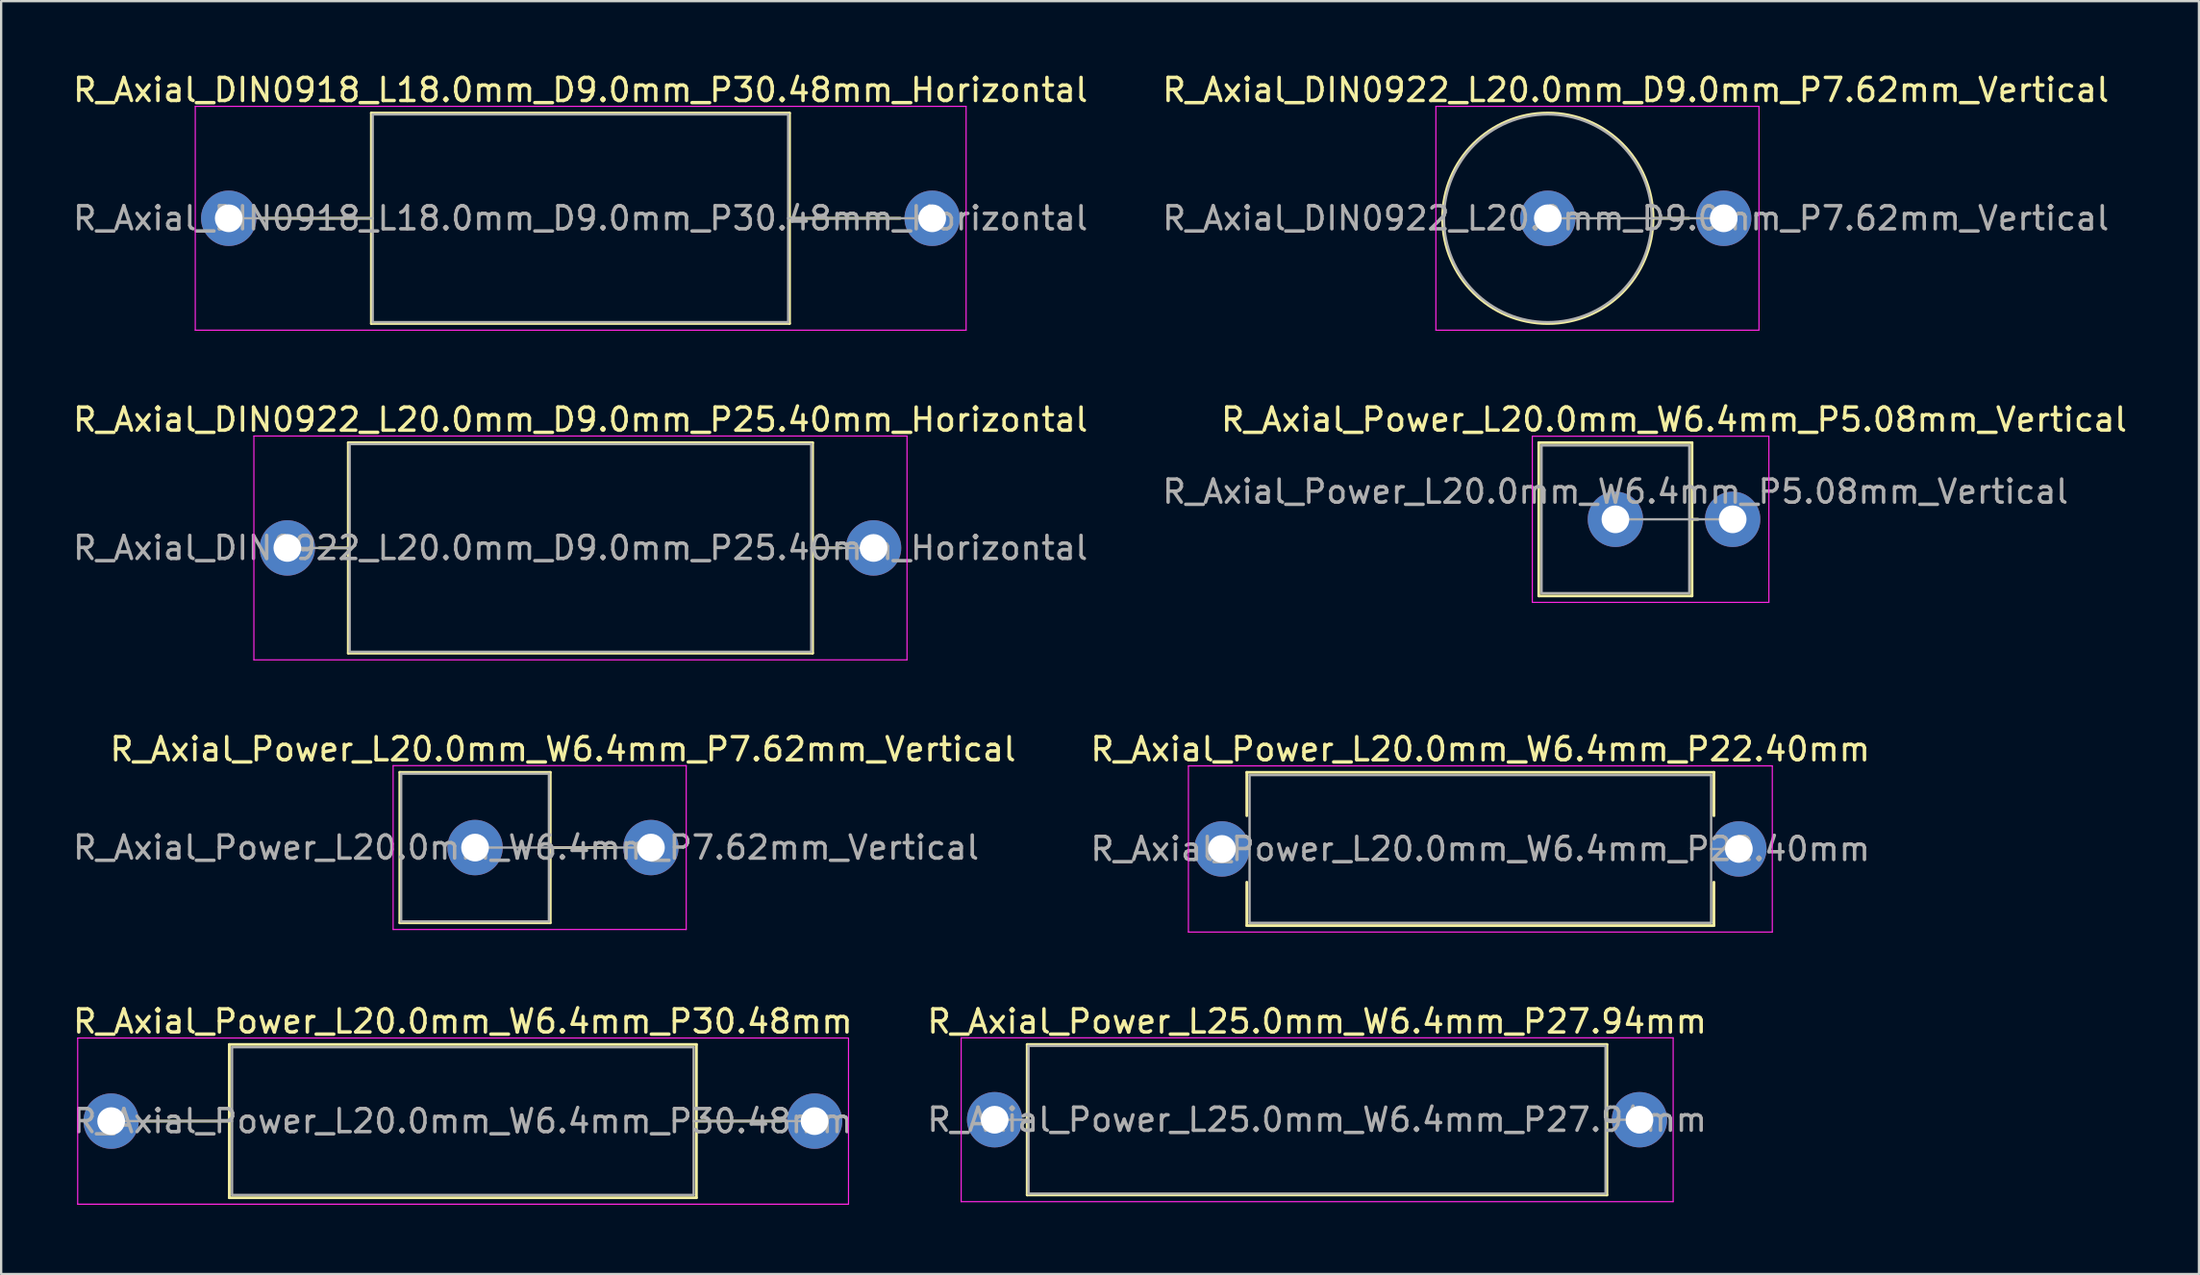
<source format=kicad_pcb>
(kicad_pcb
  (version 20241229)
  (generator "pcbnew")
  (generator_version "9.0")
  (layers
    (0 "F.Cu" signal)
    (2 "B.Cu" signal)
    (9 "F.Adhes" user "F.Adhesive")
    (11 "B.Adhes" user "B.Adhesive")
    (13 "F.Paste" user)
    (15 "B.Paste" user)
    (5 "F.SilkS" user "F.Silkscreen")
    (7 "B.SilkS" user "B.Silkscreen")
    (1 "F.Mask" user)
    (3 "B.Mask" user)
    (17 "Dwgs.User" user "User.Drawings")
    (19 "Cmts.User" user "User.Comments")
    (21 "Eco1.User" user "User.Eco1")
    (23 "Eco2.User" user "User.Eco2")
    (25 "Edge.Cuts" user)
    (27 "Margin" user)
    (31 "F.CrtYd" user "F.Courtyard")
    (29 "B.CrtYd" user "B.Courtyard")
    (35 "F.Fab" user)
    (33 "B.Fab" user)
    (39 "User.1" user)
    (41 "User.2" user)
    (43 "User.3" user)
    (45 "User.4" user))
  (footprint "R_Axial_Power_L20.0mm_W6.4mm_P30.48mm"
    (layer "F.Cu")
    (at 1.766 45.528)
    (property "Reference" "R_Axial_Power_L20.0mm_W6.4mm_P30.48mm" (at 15.24 -4.32 0) (layer "F.SilkS") (effects (font (size 1 1) (thickness 0.15))))
    (attr through_hole)
    (fp_line (start 1.44 0) (end 5.12 0) (stroke (width 0.12) (type solid)) (layer "F.SilkS"))
    (fp_line (start 5.12 -3.32) (end 5.12 3.32) (stroke (width 0.12) (type solid)) (layer "F.SilkS"))
    (fp_line (start 5.12 3.32) (end 25.36 3.32) (stroke (width 0.12) (type solid)) (layer "F.SilkS"))
    (fp_line (start 25.36 -3.32) (end 5.12 -3.32) (stroke (width 0.12) (type solid)) (layer "F.SilkS"))
    (fp_line (start 25.36 3.32) (end 25.36 -3.32) (stroke (width 0.12) (type solid)) (layer "F.SilkS"))
    (fp_line (start 29.04 0) (end 25.36 0) (stroke (width 0.12) (type solid)) (layer "F.SilkS"))
    (fp_line (start -1.45 -3.6) (end -1.45 3.6) (stroke (width 0.05) (type solid)) (layer "F.CrtYd"))
    (fp_line (start -1.45 3.6) (end 31.95 3.6) (stroke (width 0.05) (type solid)) (layer "F.CrtYd"))
    (fp_line (start 31.95 -3.6) (end -1.45 -3.6) (stroke (width 0.05) (type solid)) (layer "F.CrtYd"))
    (fp_line (start 31.95 3.6) (end 31.95 -3.6) (stroke (width 0.05) (type solid)) (layer "F.CrtYd"))
    (fp_line (start 0 0) (end 5.24 0) (stroke (width 0.1) (type solid)) (layer "F.Fab"))
    (fp_line (start 5.24 -3.2) (end 5.24 3.2) (stroke (width 0.1) (type solid)) (layer "F.Fab"))
    (fp_line (start 5.24 3.2) (end 25.24 3.2) (stroke (width 0.1) (type solid)) (layer "F.Fab"))
    (fp_line (start 25.24 -3.2) (end 5.24 -3.2) (stroke (width 0.1) (type solid)) (layer "F.Fab"))
    (fp_line (start 25.24 3.2) (end 25.24 -3.2) (stroke (width 0.1) (type solid)) (layer "F.Fab"))
    (fp_line (start 30.48 0) (end 25.24 0) (stroke (width 0.1) (type solid)) (layer "F.Fab"))
    (fp_text user "${REFERENCE}" (at 15.24 0 0) (layer "F.Fab") (effects (font (size 1 1) (thickness 0.15))))
    (pad "1" thru_hole circle (at 0 0) (size 2.4 2.4) (drill 1.2) (layers "*.Cu" "*.Mask"))
    (pad "2" thru_hole oval (at 30.48 0) (size 2.4 2.4) (drill 1.2) (layers "*.Cu" "*.Mask")))
  (footprint "R_Axial_DIN0922_L20.0mm_D9.0mm_P7.62mm_Vertical"
    (layer "F.Cu")
    (at 64.017 6.408)
    (property "Reference" "R_Axial_DIN0922_L20.0mm_D9.0mm_P7.62mm_Vertical" (at 3.81 -5.56 0) (layer "F.SilkS") (effects (font (size 1 1) (thickness 0.15))))
    (attr through_hole)
    (fp_line (start 4.56 0) (end 6.12 0) (stroke (width 0.12) (type solid)) (layer "F.SilkS"))
    (fp_circle (center 0 0) (end 4.56 0) (stroke (width 0.12) (type solid)) (fill no) (layer "F.SilkS"))
    (fp_line (start -4.85 -4.85) (end -4.85 4.85) (stroke (width 0.05) (type solid)) (layer "F.CrtYd"))
    (fp_line (start -4.85 4.85) (end 9.15 4.85) (stroke (width 0.05) (type solid)) (layer "F.CrtYd"))
    (fp_line (start 9.15 -4.85) (end -4.85 -4.85) (stroke (width 0.05) (type solid)) (layer "F.CrtYd"))
    (fp_line (start 9.15 4.85) (end 9.15 -4.85) (stroke (width 0.05) (type solid)) (layer "F.CrtYd"))
    (fp_line (start 0 0) (end 7.62 0) (stroke (width 0.1) (type solid)) (layer "F.Fab"))
    (fp_circle (center 0 0) (end 4.5 0) (stroke (width 0.1) (type solid)) (fill no) (layer "F.Fab"))
    (fp_text user "${REFERENCE}" (at 3.81 0 0) (layer "F.Fab") (effects (font (size 1 1) (thickness 0.15))))
    (pad "1" thru_hole circle (at 0 0) (size 2.4 2.4) (drill 1.2) (layers "*.Cu" "*.Mask"))
    (pad "2" thru_hole oval (at 7.62 0) (size 2.4 2.4) (drill 1.2) (layers "*.Cu" "*.Mask")))
  (footprint "R_Axial_Power_L25.0mm_W6.4mm_P27.94mm"
    (layer "F.Cu")
    (at 40.048 45.468)
    (property "Reference" "R_Axial_Power_L25.0mm_W6.4mm_P27.94mm" (at 13.97 -4.26 0) (layer "F.SilkS") (effects (font (size 1 1) (thickness 0.15))))
    (attr through_hole)
    (fp_line (start 1.38 0) (end 1.41 0) (stroke (width 0.12) (type solid)) (layer "F.SilkS"))
    (fp_line (start 1.41 -3.26) (end 1.41 3.26) (stroke (width 0.12) (type solid)) (layer "F.SilkS"))
    (fp_line (start 1.41 3.26) (end 26.53 3.26) (stroke (width 0.12) (type solid)) (layer "F.SilkS"))
    (fp_line (start 26.53 -3.26) (end 1.41 -3.26) (stroke (width 0.12) (type solid)) (layer "F.SilkS"))
    (fp_line (start 26.53 3.26) (end 26.53 -3.26) (stroke (width 0.12) (type solid)) (layer "F.SilkS"))
    (fp_line (start 26.56 0) (end 26.53 0) (stroke (width 0.12) (type solid)) (layer "F.SilkS"))
    (fp_line (start -1.45 -3.55) (end -1.45 3.55) (stroke (width 0.05) (type solid)) (layer "F.CrtYd"))
    (fp_line (start -1.45 3.55) (end 29.4 3.55) (stroke (width 0.05) (type solid)) (layer "F.CrtYd"))
    (fp_line (start 29.4 -3.55) (end -1.45 -3.55) (stroke (width 0.05) (type solid)) (layer "F.CrtYd"))
    (fp_line (start 29.4 3.55) (end 29.4 -3.55) (stroke (width 0.05) (type solid)) (layer "F.CrtYd"))
    (fp_line (start 0 0) (end 1.47 0) (stroke (width 0.1) (type solid)) (layer "F.Fab"))
    (fp_line (start 1.47 -3.2) (end 1.47 3.2) (stroke (width 0.1) (type solid)) (layer "F.Fab"))
    (fp_line (start 1.47 3.2) (end 26.47 3.2) (stroke (width 0.1) (type solid)) (layer "F.Fab"))
    (fp_line (start 26.47 -3.2) (end 1.47 -3.2) (stroke (width 0.1) (type solid)) (layer "F.Fab"))
    (fp_line (start 26.47 3.2) (end 26.47 -3.2) (stroke (width 0.1) (type solid)) (layer "F.Fab"))
    (fp_line (start 27.94 0) (end 26.47 0) (stroke (width 0.1) (type solid)) (layer "F.Fab"))
    (fp_text user "${REFERENCE}" (at 13.97 0 0) (layer "F.Fab") (effects (font (size 1 1) (thickness 0.15))))
    (pad "1" thru_hole circle (at 0 0) (size 2.4 2.4) (drill 1.2) (layers "*.Cu" "*.Mask"))
    (pad "2" thru_hole oval (at 27.94 0) (size 2.4 2.4) (drill 1.2) (layers "*.Cu" "*.Mask")))
  (footprint "R_Axial_Power_L20.0mm_W6.4mm_P22.40mm"
    (layer "F.Cu")
    (at 49.894 33.735)
    (property "Reference" "R_Axial_Power_L20.0mm_W6.4mm_P22.40mm" (at 11.2 -4.32 0) (layer "F.SilkS") (effects (font (size 1 1) (thickness 0.15))))
    (attr through_hole)
    (fp_line (start 1.08 -3.32) (end 21.32 -3.32) (stroke (width 0.12) (type solid)) (layer "F.SilkS"))
    (fp_line (start 1.08 -1.44) (end 1.08 -3.32) (stroke (width 0.12) (type solid)) (layer "F.SilkS"))
    (fp_line (start 1.08 1.44) (end 1.08 3.32) (stroke (width 0.12) (type solid)) (layer "F.SilkS"))
    (fp_line (start 1.08 3.32) (end 21.32 3.32) (stroke (width 0.12) (type solid)) (layer "F.SilkS"))
    (fp_line (start 21.32 -3.32) (end 21.32 -1.44) (stroke (width 0.12) (type solid)) (layer "F.SilkS"))
    (fp_line (start 21.32 3.32) (end 21.32 1.44) (stroke (width 0.12) (type solid)) (layer "F.SilkS"))
    (fp_line (start -1.45 -3.6) (end -1.45 3.6) (stroke (width 0.05) (type solid)) (layer "F.CrtYd"))
    (fp_line (start -1.45 3.6) (end 23.85 3.6) (stroke (width 0.05) (type solid)) (layer "F.CrtYd"))
    (fp_line (start 23.85 -3.6) (end -1.45 -3.6) (stroke (width 0.05) (type solid)) (layer "F.CrtYd"))
    (fp_line (start 23.85 3.6) (end 23.85 -3.6) (stroke (width 0.05) (type solid)) (layer "F.CrtYd"))
    (fp_line (start 0 0) (end 1.2 0) (stroke (width 0.1) (type solid)) (layer "F.Fab"))
    (fp_line (start 1.2 -3.2) (end 1.2 3.2) (stroke (width 0.1) (type solid)) (layer "F.Fab"))
    (fp_line (start 1.2 3.2) (end 21.2 3.2) (stroke (width 0.1) (type solid)) (layer "F.Fab"))
    (fp_line (start 21.2 -3.2) (end 1.2 -3.2) (stroke (width 0.1) (type solid)) (layer "F.Fab"))
    (fp_line (start 21.2 3.2) (end 21.2 -3.2) (stroke (width 0.1) (type solid)) (layer "F.Fab"))
    (fp_line (start 22.4 0) (end 21.2 0) (stroke (width 0.1) (type solid)) (layer "F.Fab"))
    (fp_text user "${REFERENCE}" (at 11.2 0 0) (layer "F.Fab") (effects (font (size 1 1) (thickness 0.15))))
    (pad "1" thru_hole circle (at 0 0) (size 2.4 2.4) (drill 1.2) (layers "*.Cu" "*.Mask"))
    (pad "2" thru_hole oval (at 22.4 0) (size 2.4 2.4) (drill 1.2) (layers "*.Cu" "*.Mask")))
  (footprint "R_Axial_DIN0918_L18.0mm_D9.0mm_P30.48mm_Horizontal"
    (layer "F.Cu")
    (at 6.861 6.408)
    (property "Reference" "R_Axial_DIN0918_L18.0mm_D9.0mm_P30.48mm_Horizontal" (at 15.24 -5.56 0) (layer "F.SilkS") (effects (font (size 1 1) (thickness 0.15))))
    (attr through_hole)
    (fp_line (start 1.38 0) (end 6.18 0) (stroke (width 0.12) (type solid)) (layer "F.SilkS"))
    (fp_line (start 6.18 -4.56) (end 6.18 4.56) (stroke (width 0.12) (type solid)) (layer "F.SilkS"))
    (fp_line (start 6.18 4.56) (end 24.3 4.56) (stroke (width 0.12) (type solid)) (layer "F.SilkS"))
    (fp_line (start 24.3 -4.56) (end 6.18 -4.56) (stroke (width 0.12) (type solid)) (layer "F.SilkS"))
    (fp_line (start 24.3 4.56) (end 24.3 -4.56) (stroke (width 0.12) (type solid)) (layer "F.SilkS"))
    (fp_line (start 29.1 0) (end 24.3 0) (stroke (width 0.12) (type solid)) (layer "F.SilkS"))
    (fp_line (start -1.45 -4.85) (end -1.45 4.85) (stroke (width 0.05) (type solid)) (layer "F.CrtYd"))
    (fp_line (start -1.45 4.85) (end 31.95 4.85) (stroke (width 0.05) (type solid)) (layer "F.CrtYd"))
    (fp_line (start 31.95 -4.85) (end -1.45 -4.85) (stroke (width 0.05) (type solid)) (layer "F.CrtYd"))
    (fp_line (start 31.95 4.85) (end 31.95 -4.85) (stroke (width 0.05) (type solid)) (layer "F.CrtYd"))
    (fp_line (start 0 0) (end 6.24 0) (stroke (width 0.1) (type solid)) (layer "F.Fab"))
    (fp_line (start 6.24 -4.5) (end 6.24 4.5) (stroke (width 0.1) (type solid)) (layer "F.Fab"))
    (fp_line (start 6.24 4.5) (end 24.24 4.5) (stroke (width 0.1) (type solid)) (layer "F.Fab"))
    (fp_line (start 24.24 -4.5) (end 6.24 -4.5) (stroke (width 0.1) (type solid)) (layer "F.Fab"))
    (fp_line (start 24.24 4.5) (end 24.24 -4.5) (stroke (width 0.1) (type solid)) (layer "F.Fab"))
    (fp_line (start 30.48 0) (end 24.24 0) (stroke (width 0.1) (type solid)) (layer "F.Fab"))
    (fp_text user "${REFERENCE}" (at 15.24 0 0) (layer "F.Fab") (effects (font (size 1 1) (thickness 0.15))))
    (pad "1" thru_hole circle (at 0 0) (size 2.4 2.4) (drill 1.2) (layers "*.Cu" "*.Mask"))
    (pad "2" thru_hole oval (at 30.48 0) (size 2.4 2.4) (drill 1.2) (layers "*.Cu" "*.Mask")))
  (footprint "R_Axial_Power_L20.0mm_W6.4mm_P7.62mm_Vertical"
    (layer "F.Cu")
    (at 17.534 33.675)
    (property "Reference" "R_Axial_Power_L20.0mm_W6.4mm_P7.62mm_Vertical" (at 3.81 -4.26 0) (layer "F.SilkS") (effects (font (size 1 1) (thickness 0.15))))
    (attr through_hole)
    (fp_line (start -3.26 -3.26) (end -3.26 3.26) (stroke (width 0.12) (type solid)) (layer "F.SilkS"))
    (fp_line (start -3.26 3.26) (end 3.26 3.26) (stroke (width 0.12) (type solid)) (layer "F.SilkS"))
    (fp_line (start 3.26 -3.26) (end -3.26 -3.26) (stroke (width 0.12) (type solid)) (layer "F.SilkS"))
    (fp_line (start 3.26 0) (end 6.12 0) (stroke (width 0.12) (type solid)) (layer "F.SilkS"))
    (fp_line (start 3.26 3.26) (end 3.26 -3.26) (stroke (width 0.12) (type solid)) (layer "F.SilkS"))
    (fp_line (start -3.55 -3.55) (end -3.55 3.55) (stroke (width 0.05) (type solid)) (layer "F.CrtYd"))
    (fp_line (start -3.55 3.55) (end 9.15 3.55) (stroke (width 0.05) (type solid)) (layer "F.CrtYd"))
    (fp_line (start 9.15 -3.55) (end -3.55 -3.55) (stroke (width 0.05) (type solid)) (layer "F.CrtYd"))
    (fp_line (start 9.15 3.55) (end 9.15 -3.55) (stroke (width 0.05) (type solid)) (layer "F.CrtYd"))
    (fp_line (start -3.2 -3.2) (end -3.2 3.2) (stroke (width 0.1) (type solid)) (layer "F.Fab"))
    (fp_line (start -3.2 3.2) (end 3.2 3.2) (stroke (width 0.1) (type solid)) (layer "F.Fab"))
    (fp_line (start 0 0) (end 7.62 0) (stroke (width 0.1) (type solid)) (layer "F.Fab"))
    (fp_line (start 3.2 -3.2) (end -3.2 -3.2) (stroke (width 0.1) (type solid)) (layer "F.Fab"))
    (fp_line (start 3.2 3.2) (end 3.2 -3.2) (stroke (width 0.1) (type solid)) (layer "F.Fab"))
    (fp_text user "${REFERENCE}" (at 2.21 0 0) (layer "F.Fab") (effects (font (size 1 1) (thickness 0.15))))
    (pad "1" thru_hole circle (at 0 0) (size 2.4 2.4) (drill 1.2) (layers "*.Cu" "*.Mask"))
    (pad "2" thru_hole oval (at 7.62 0) (size 2.4 2.4) (drill 1.2) (layers "*.Cu" "*.Mask")))
  (footprint "R_Axial_DIN0922_L20.0mm_D9.0mm_P25.40mm_Horizontal"
    (layer "F.Cu")
    (at 9.401 20.692)
    (property "Reference" "R_Axial_DIN0922_L20.0mm_D9.0mm_P25.40mm_Horizontal" (at 12.7 -5.56 0) (layer "F.SilkS") (effects (font (size 1 1) (thickness 0.15))))
    (attr through_hole)
    (fp_line (start 1.38 0) (end 2.64 0) (stroke (width 0.12) (type solid)) (layer "F.SilkS"))
    (fp_line (start 2.64 -4.56) (end 2.64 4.56) (stroke (width 0.12) (type solid)) (layer "F.SilkS"))
    (fp_line (start 2.64 4.56) (end 22.76 4.56) (stroke (width 0.12) (type solid)) (layer "F.SilkS"))
    (fp_line (start 22.76 -4.56) (end 2.64 -4.56) (stroke (width 0.12) (type solid)) (layer "F.SilkS"))
    (fp_line (start 22.76 4.56) (end 22.76 -4.56) (stroke (width 0.12) (type solid)) (layer "F.SilkS"))
    (fp_line (start 24.02 0) (end 22.76 0) (stroke (width 0.12) (type solid)) (layer "F.SilkS"))
    (fp_line (start -1.45 -4.85) (end -1.45 4.85) (stroke (width 0.05) (type solid)) (layer "F.CrtYd"))
    (fp_line (start -1.45 4.85) (end 26.85 4.85) (stroke (width 0.05) (type solid)) (layer "F.CrtYd"))
    (fp_line (start 26.85 -4.85) (end -1.45 -4.85) (stroke (width 0.05) (type solid)) (layer "F.CrtYd"))
    (fp_line (start 26.85 4.85) (end 26.85 -4.85) (stroke (width 0.05) (type solid)) (layer "F.CrtYd"))
    (fp_line (start 0 0) (end 2.7 0) (stroke (width 0.1) (type solid)) (layer "F.Fab"))
    (fp_line (start 2.7 -4.5) (end 2.7 4.5) (stroke (width 0.1) (type solid)) (layer "F.Fab"))
    (fp_line (start 2.7 4.5) (end 22.7 4.5) (stroke (width 0.1) (type solid)) (layer "F.Fab"))
    (fp_line (start 22.7 -4.5) (end 2.7 -4.5) (stroke (width 0.1) (type solid)) (layer "F.Fab"))
    (fp_line (start 22.7 4.5) (end 22.7 -4.5) (stroke (width 0.1) (type solid)) (layer "F.Fab"))
    (fp_line (start 25.4 0) (end 22.7 0) (stroke (width 0.1) (type solid)) (layer "F.Fab"))
    (fp_text user "${REFERENCE}" (at 12.7 0 0) (layer "F.Fab") (effects (font (size 1 1) (thickness 0.15))))
    (pad "1" thru_hole circle (at 0 0) (size 2.4 2.4) (drill 1.2) (layers "*.Cu" "*.Mask"))
    (pad "2" thru_hole oval (at 25.4 0) (size 2.4 2.4) (drill 1.2) (layers "*.Cu" "*.Mask")))
  (footprint "R_Axial_Power_L20.0mm_W6.4mm_P5.08mm_Vertical"
    (layer "F.Cu")
    (at 66.946 19.451)
    (property "Reference" "R_Axial_Power_L20.0mm_W6.4mm_P5.08mm_Vertical" (at 2.54 -4.32 0) (layer "F.SilkS") (effects (font (size 1 1) (thickness 0.15))))
    (attr through_hole)
    (fp_line (start -3.32 -3.32) (end -3.32 3.32) (stroke (width 0.12) (type solid)) (layer "F.SilkS"))
    (fp_line (start -3.32 3.32) (end 3.32 3.32) (stroke (width 0.12) (type solid)) (layer "F.SilkS"))
    (fp_line (start 3.32 -3.32) (end -3.32 -3.32) (stroke (width 0.12) (type solid)) (layer "F.SilkS"))
    (fp_line (start 3.32 0) (end 3.58 0) (stroke (width 0.12) (type solid)) (layer "F.SilkS"))
    (fp_line (start 3.32 3.32) (end 3.32 -3.32) (stroke (width 0.12) (type solid)) (layer "F.SilkS"))
    (fp_line (start -3.6 -3.6) (end -3.6 3.6) (stroke (width 0.05) (type solid)) (layer "F.CrtYd"))
    (fp_line (start -3.6 3.6) (end 6.65 3.6) (stroke (width 0.05) (type solid)) (layer "F.CrtYd"))
    (fp_line (start 6.65 -3.6) (end -3.6 -3.6) (stroke (width 0.05) (type solid)) (layer "F.CrtYd"))
    (fp_line (start 6.65 3.6) (end 6.65 -3.6) (stroke (width 0.05) (type solid)) (layer "F.CrtYd"))
    (fp_line (start -3.2 -3.2) (end -3.2 3.2) (stroke (width 0.1) (type solid)) (layer "F.Fab"))
    (fp_line (start -3.2 3.2) (end 3.2 3.2) (stroke (width 0.1) (type solid)) (layer "F.Fab"))
    (fp_line (start 0 0) (end 5.08 0) (stroke (width 0.1) (type solid)) (layer "F.Fab"))
    (fp_line (start 3.2 -3.2) (end -3.2 -3.2) (stroke (width 0.1) (type solid)) (layer "F.Fab"))
    (fp_line (start 3.2 3.2) (end 3.2 -3.2) (stroke (width 0.1) (type solid)) (layer "F.Fab"))
    (fp_text user "${REFERENCE}" (at 0 -1.2 0) (layer "F.Fab") (effects (font (size 1 1) (thickness 0.15))))
    (pad "1" thru_hole circle (at 0 0) (size 2.4 2.4) (drill 1.2) (layers "*.Cu" "*.Mask"))
    (pad "2" thru_hole oval (at 5.08 0) (size 2.4 2.4) (drill 1.2) (layers "*.Cu" "*.Mask")))
  (gr_rect
    (start -3 -3)
    (end 92.23 52.153)
    (stroke (width 0.1) (type default))
    (fill no)
    (layer "Edge.Cuts")))
</source>
